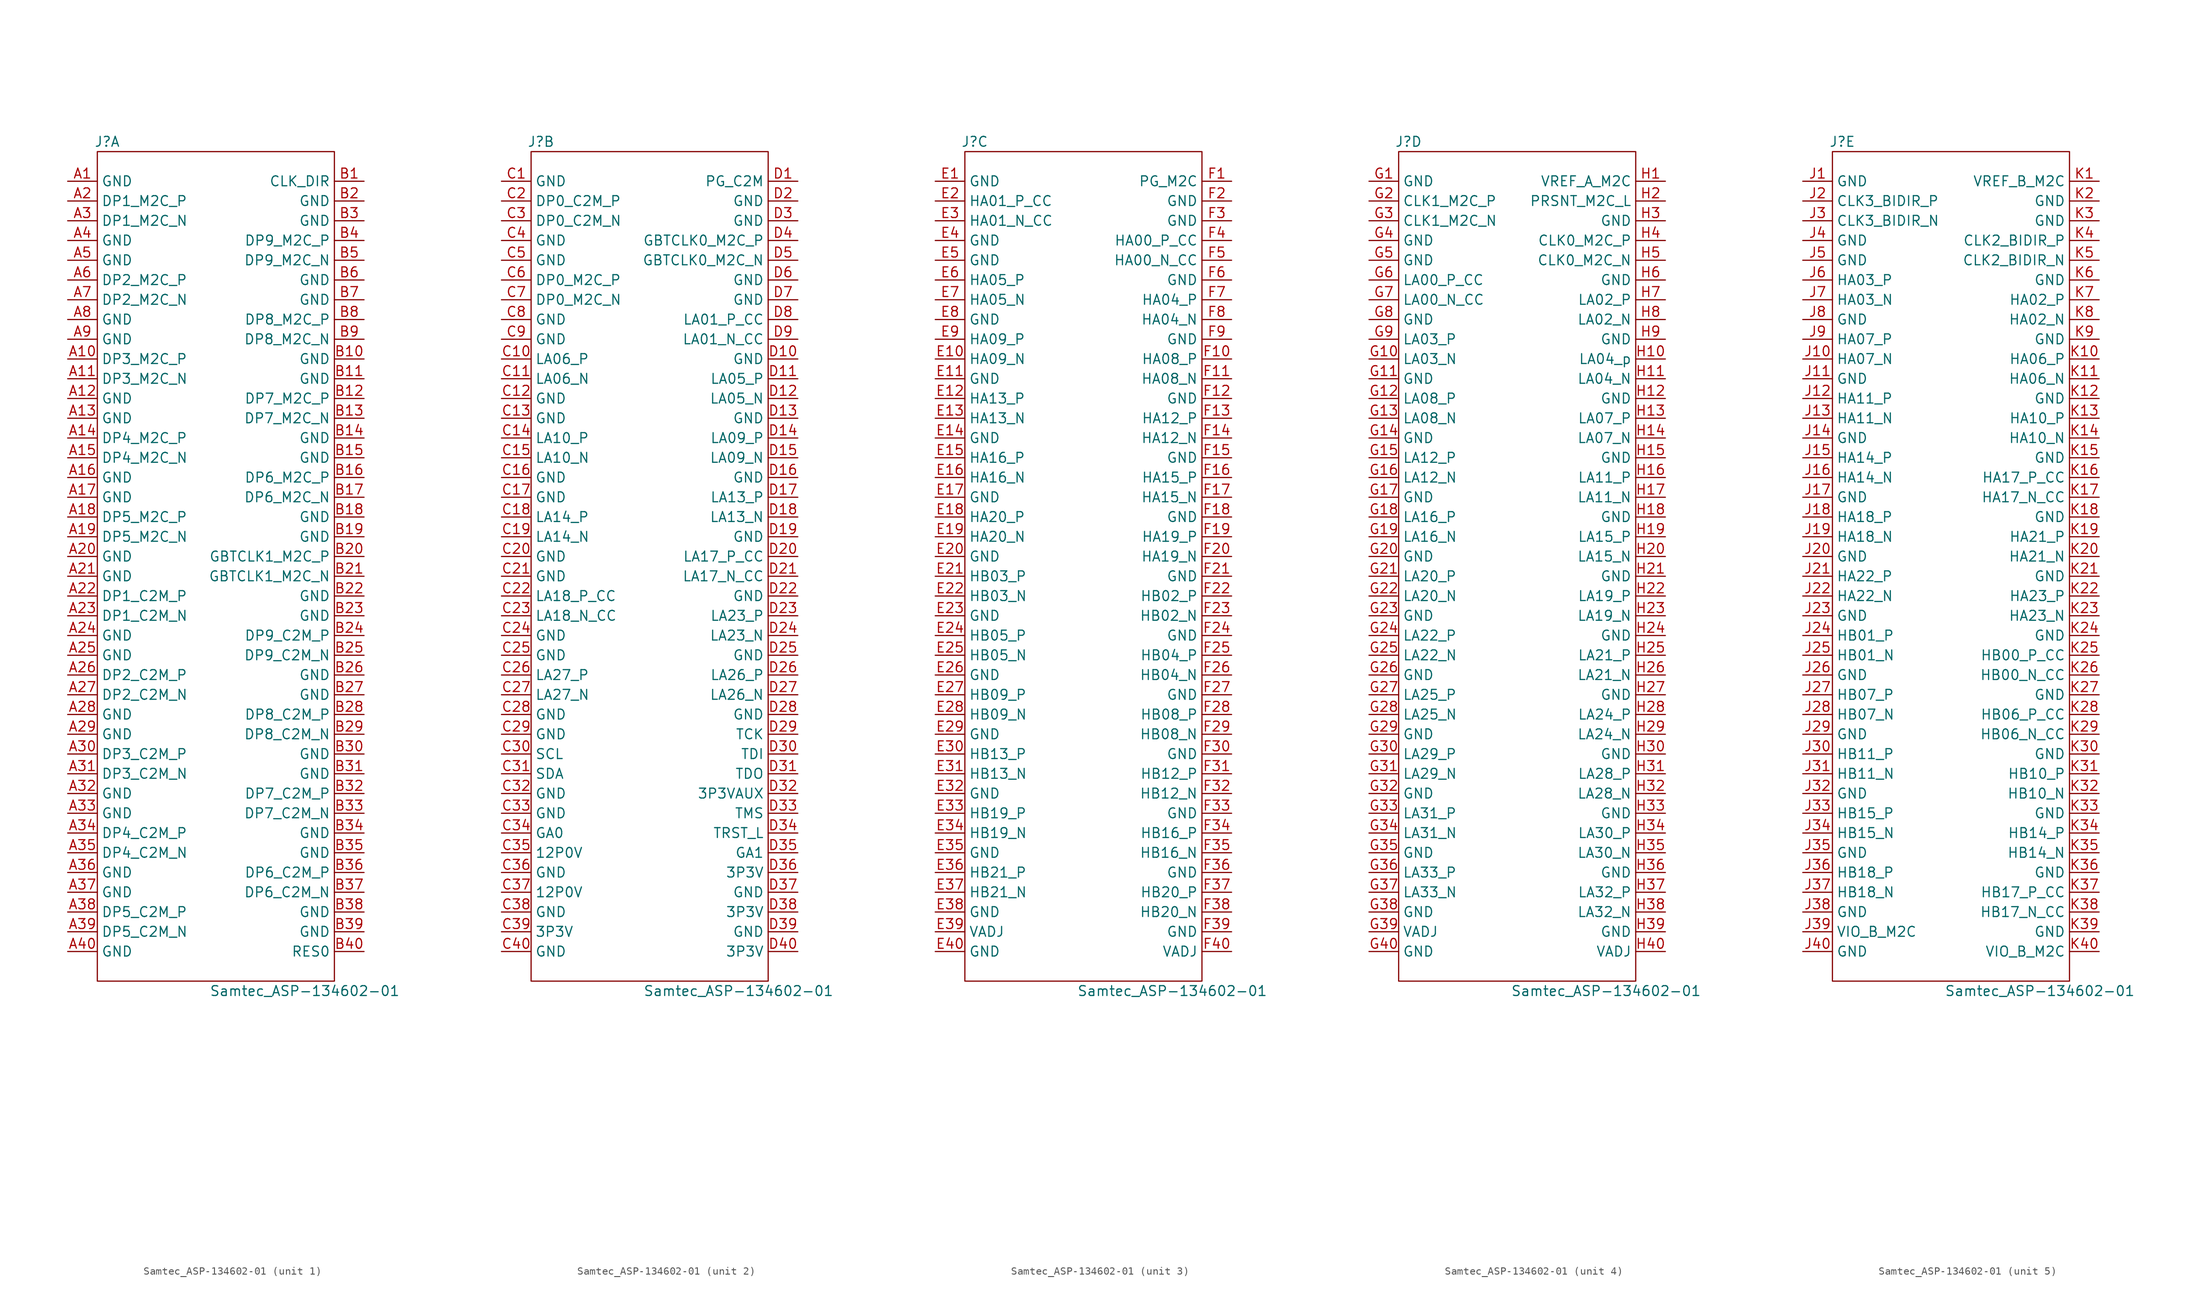
<source format=kicad_sym>
(kicad_symbol_lib
  (version 20211014)
  (generator kicad_symbol_editor)
  (symbol "Samtec_ASP-134602-01"
    (property "Reference" "J"
      (at -13.97 54.61 0)
      (effects (font (size 1.27 1.27))))
    (property "Value" "Samtec_ASP-134602-01"
      (at 11.43 -54.61 0)
      (effects (font (size 1.27 1.27))))
    (property "Footprint" ""
      (at 0 -76.2 0)
      (effects (font (size 1.27 1.27))))
    (property "ki_locked" ""
      (at 0 0 0)
      (effects (font (size 1.27 1.27))))
    (symbol "Samtec_ASP-134602-01_0_1"
      (rectangle (start -15.24 53.34) (end 15.24 -53.34) (stroke (width 0) (type default) (color 0 0 0 0)) (fill (type none))))
    (symbol "Samtec_ASP-134602-01_1_1"
      (pin passive line (at -19.05 49.53 0) (length 3.81) (name "GND" (effects (font (size 1.27 1.27)))) (number "A1" (effects (font (size 1.27 1.27)))))
      (pin passive line (at -19.05 26.67 0) (length 3.81) (name "DP3_M2C_P" (effects (font (size 1.27 1.27)))) (number "A10" (effects (font (size 1.27 1.27)))))
      (pin passive line (at -19.05 24.13 0) (length 3.81) (name "DP3_M2C_N" (effects (font (size 1.27 1.27)))) (number "A11" (effects (font (size 1.27 1.27)))))
      (pin passive line (at -19.05 21.59 0) (length 3.81) (name "GND" (effects (font (size 1.27 1.27)))) (number "A12" (effects (font (size 1.27 1.27)))))
      (pin passive line (at -19.05 19.05 0) (length 3.81) (name "GND" (effects (font (size 1.27 1.27)))) (number "A13" (effects (font (size 1.27 1.27)))))
      (pin passive line (at -19.05 16.51 0) (length 3.81) (name "DP4_M2C_P" (effects (font (size 1.27 1.27)))) (number "A14" (effects (font (size 1.27 1.27)))))
      (pin passive line (at -19.05 13.97 0) (length 3.81) (name "DP4_M2C_N" (effects (font (size 1.27 1.27)))) (number "A15" (effects (font (size 1.27 1.27)))))
      (pin passive line (at -19.05 11.43 0) (length 3.81) (name "GND" (effects (font (size 1.27 1.27)))) (number "A16" (effects (font (size 1.27 1.27)))))
      (pin passive line (at -19.05 8.89 0) (length 3.81) (name "GND" (effects (font (size 1.27 1.27)))) (number "A17" (effects (font (size 1.27 1.27)))))
      (pin passive line (at -19.05 6.35 0) (length 3.81) (name "DP5_M2C_P" (effects (font (size 1.27 1.27)))) (number "A18" (effects (font (size 1.27 1.27)))))
      (pin passive line (at -19.05 3.81 0) (length 3.81) (name "DP5_M2C_N" (effects (font (size 1.27 1.27)))) (number "A19" (effects (font (size 1.27 1.27)))))
      (pin passive line (at -19.05 46.99 0) (length 3.81) (name "DP1_M2C_P" (effects (font (size 1.27 1.27)))) (number "A2" (effects (font (size 1.27 1.27)))))
      (pin passive line (at -19.05 1.27 0) (length 3.81) (name "GND" (effects (font (size 1.27 1.27)))) (number "A20" (effects (font (size 1.27 1.27)))))
      (pin passive line (at -19.05 -1.27 0) (length 3.81) (name "GND" (effects (font (size 1.27 1.27)))) (number "A21" (effects (font (size 1.27 1.27)))))
      (pin passive line (at -19.05 -3.81 0) (length 3.81) (name "DP1_C2M_P" (effects (font (size 1.27 1.27)))) (number "A22" (effects (font (size 1.27 1.27)))))
      (pin passive line (at -19.05 -6.35 0) (length 3.81) (name "DP1_C2M_N" (effects (font (size 1.27 1.27)))) (number "A23" (effects (font (size 1.27 1.27)))))
      (pin passive line (at -19.05 -8.89 0) (length 3.81) (name "GND" (effects (font (size 1.27 1.27)))) (number "A24" (effects (font (size 1.27 1.27)))))
      (pin passive line (at -19.05 -11.43 0) (length 3.81) (name "GND" (effects (font (size 1.27 1.27)))) (number "A25" (effects (font (size 1.27 1.27)))))
      (pin passive line (at -19.05 -13.97 0) (length 3.81) (name "DP2_C2M_P" (effects (font (size 1.27 1.27)))) (number "A26" (effects (font (size 1.27 1.27)))))
      (pin passive line (at -19.05 -16.51 0) (length 3.81) (name "DP2_C2M_N" (effects (font (size 1.27 1.27)))) (number "A27" (effects (font (size 1.27 1.27)))))
      (pin passive line (at -19.05 -19.05 0) (length 3.81) (name "GND" (effects (font (size 1.27 1.27)))) (number "A28" (effects (font (size 1.27 1.27)))))
      (pin passive line (at -19.05 -21.59 0) (length 3.81) (name "GND" (effects (font (size 1.27 1.27)))) (number "A29" (effects (font (size 1.27 1.27)))))
      (pin passive line (at -19.05 44.45 0) (length 3.81) (name "DP1_M2C_N" (effects (font (size 1.27 1.27)))) (number "A3" (effects (font (size 1.27 1.27)))))
      (pin passive line (at -19.05 -24.13 0) (length 3.81) (name "DP3_C2M_P" (effects (font (size 1.27 1.27)))) (number "A30" (effects (font (size 1.27 1.27)))))
      (pin passive line (at -19.05 -26.67 0) (length 3.81) (name "DP3_C2M_N" (effects (font (size 1.27 1.27)))) (number "A31" (effects (font (size 1.27 1.27)))))
      (pin passive line (at -19.05 -29.21 0) (length 3.81) (name "GND" (effects (font (size 1.27 1.27)))) (number "A32" (effects (font (size 1.27 1.27)))))
      (pin passive line (at -19.05 -31.75 0) (length 3.81) (name "GND" (effects (font (size 1.27 1.27)))) (number "A33" (effects (font (size 1.27 1.27)))))
      (pin passive line (at -19.05 -34.29 0) (length 3.81) (name "DP4_C2M_P" (effects (font (size 1.27 1.27)))) (number "A34" (effects (font (size 1.27 1.27)))))
      (pin passive line (at -19.05 -36.83 0) (length 3.81) (name "DP4_C2M_N" (effects (font (size 1.27 1.27)))) (number "A35" (effects (font (size 1.27 1.27)))))
      (pin passive line (at -19.05 -39.37 0) (length 3.81) (name "GND" (effects (font (size 1.27 1.27)))) (number "A36" (effects (font (size 1.27 1.27)))))
      (pin passive line (at -19.05 -41.91 0) (length 3.81) (name "GND" (effects (font (size 1.27 1.27)))) (number "A37" (effects (font (size 1.27 1.27)))))
      (pin passive line (at -19.05 -44.45 0) (length 3.81) (name "DP5_C2M_P" (effects (font (size 1.27 1.27)))) (number "A38" (effects (font (size 1.27 1.27)))))
      (pin passive line (at -19.05 -46.99 0) (length 3.81) (name "DP5_C2M_N" (effects (font (size 1.27 1.27)))) (number "A39" (effects (font (size 1.27 1.27)))))
      (pin passive line (at -19.05 41.91 0) (length 3.81) (name "GND" (effects (font (size 1.27 1.27)))) (number "A4" (effects (font (size 1.27 1.27)))))
      (pin passive line (at -19.05 -49.53 0) (length 3.81) (name "GND" (effects (font (size 1.27 1.27)))) (number "A40" (effects (font (size 1.27 1.27)))))
      (pin passive line (at -19.05 39.37 0) (length 3.81) (name "GND" (effects (font (size 1.27 1.27)))) (number "A5" (effects (font (size 1.27 1.27)))))
      (pin passive line (at -19.05 36.83 0) (length 3.81) (name "DP2_M2C_P" (effects (font (size 1.27 1.27)))) (number "A6" (effects (font (size 1.27 1.27)))))
      (pin passive line (at -19.05 34.29 0) (length 3.81) (name "DP2_M2C_N" (effects (font (size 1.27 1.27)))) (number "A7" (effects (font (size 1.27 1.27)))))
      (pin passive line (at -19.05 31.75 0) (length 3.81) (name "GND" (effects (font (size 1.27 1.27)))) (number "A8" (effects (font (size 1.27 1.27)))))
      (pin passive line (at -19.05 29.21 0) (length 3.81) (name "GND" (effects (font (size 1.27 1.27)))) (number "A9" (effects (font (size 1.27 1.27)))))
      (pin passive line (at 19.05 49.53 180) (length 3.81) (name "CLK_DIR" (effects (font (size 1.27 1.27)))) (number "B1" (effects (font (size 1.27 1.27)))))
      (pin passive line (at 19.05 26.67 180) (length 3.81) (name "GND" (effects (font (size 1.27 1.27)))) (number "B10" (effects (font (size 1.27 1.27)))))
      (pin passive line (at 19.05 24.13 180) (length 3.81) (name "GND" (effects (font (size 1.27 1.27)))) (number "B11" (effects (font (size 1.27 1.27)))))
      (pin passive line (at 19.05 21.59 180) (length 3.81) (name "DP7_M2C_P" (effects (font (size 1.27 1.27)))) (number "B12" (effects (font (size 1.27 1.27)))))
      (pin passive line (at 19.05 19.05 180) (length 3.81) (name "DP7_M2C_N" (effects (font (size 1.27 1.27)))) (number "B13" (effects (font (size 1.27 1.27)))))
      (pin passive line (at 19.05 16.51 180) (length 3.81) (name "GND" (effects (font (size 1.27 1.27)))) (number "B14" (effects (font (size 1.27 1.27)))))
      (pin passive line (at 19.05 13.97 180) (length 3.81) (name "GND" (effects (font (size 1.27 1.27)))) (number "B15" (effects (font (size 1.27 1.27)))))
      (pin passive line (at 19.05 11.43 180) (length 3.81) (name "DP6_M2C_P" (effects (font (size 1.27 1.27)))) (number "B16" (effects (font (size 1.27 1.27)))))
      (pin passive line (at 19.05 8.89 180) (length 3.81) (name "DP6_M2C_N" (effects (font (size 1.27 1.27)))) (number "B17" (effects (font (size 1.27 1.27)))))
      (pin passive line (at 19.05 6.35 180) (length 3.81) (name "GND" (effects (font (size 1.27 1.27)))) (number "B18" (effects (font (size 1.27 1.27)))))
      (pin passive line (at 19.05 3.81 180) (length 3.81) (name "GND" (effects (font (size 1.27 1.27)))) (number "B19" (effects (font (size 1.27 1.27)))))
      (pin passive line (at 19.05 46.99 180) (length 3.81) (name "GND" (effects (font (size 1.27 1.27)))) (number "B2" (effects (font (size 1.27 1.27)))))
      (pin passive line (at 19.05 1.27 180) (length 3.81) (name "GBTCLK1_M2C_P" (effects (font (size 1.27 1.27)))) (number "B20" (effects (font (size 1.27 1.27)))))
      (pin passive line (at 19.05 -1.27 180) (length 3.81) (name "GBTCLK1_M2C_N" (effects (font (size 1.27 1.27)))) (number "B21" (effects (font (size 1.27 1.27)))))
      (pin passive line (at 19.05 -3.81 180) (length 3.81) (name "GND" (effects (font (size 1.27 1.27)))) (number "B22" (effects (font (size 1.27 1.27)))))
      (pin passive line (at 19.05 -6.35 180) (length 3.81) (name "GND" (effects (font (size 1.27 1.27)))) (number "B23" (effects (font (size 1.27 1.27)))))
      (pin passive line (at 19.05 -8.89 180) (length 3.81) (name "DP9_C2M_P" (effects (font (size 1.27 1.27)))) (number "B24" (effects (font (size 1.27 1.27)))))
      (pin passive line (at 19.05 -11.43 180) (length 3.81) (name "DP9_C2M_N" (effects (font (size 1.27 1.27)))) (number "B25" (effects (font (size 1.27 1.27)))))
      (pin passive line (at 19.05 -13.97 180) (length 3.81) (name "GND" (effects (font (size 1.27 1.27)))) (number "B26" (effects (font (size 1.27 1.27)))))
      (pin passive line (at 19.05 -16.51 180) (length 3.81) (name "GND" (effects (font (size 1.27 1.27)))) (number "B27" (effects (font (size 1.27 1.27)))))
      (pin passive line (at 19.05 -19.05 180) (length 3.81) (name "DP8_C2M_P" (effects (font (size 1.27 1.27)))) (number "B28" (effects (font (size 1.27 1.27)))))
      (pin passive line (at 19.05 -21.59 180) (length 3.81) (name "DP8_C2M_N" (effects (font (size 1.27 1.27)))) (number "B29" (effects (font (size 1.27 1.27)))))
      (pin passive line (at 19.05 44.45 180) (length 3.81) (name "GND" (effects (font (size 1.27 1.27)))) (number "B3" (effects (font (size 1.27 1.27)))))
      (pin passive line (at 19.05 -24.13 180) (length 3.81) (name "GND" (effects (font (size 1.27 1.27)))) (number "B30" (effects (font (size 1.27 1.27)))))
      (pin passive line (at 19.05 -26.67 180) (length 3.81) (name "GND" (effects (font (size 1.27 1.27)))) (number "B31" (effects (font (size 1.27 1.27)))))
      (pin passive line (at 19.05 -29.21 180) (length 3.81) (name "DP7_C2M_P" (effects (font (size 1.27 1.27)))) (number "B32" (effects (font (size 1.27 1.27)))))
      (pin passive line (at 19.05 -31.75 180) (length 3.81) (name "DP7_C2M_N" (effects (font (size 1.27 1.27)))) (number "B33" (effects (font (size 1.27 1.27)))))
      (pin passive line (at 19.05 -34.29 180) (length 3.81) (name "GND" (effects (font (size 1.27 1.27)))) (number "B34" (effects (font (size 1.27 1.27)))))
      (pin passive line (at 19.05 -36.83 180) (length 3.81) (name "GND" (effects (font (size 1.27 1.27)))) (number "B35" (effects (font (size 1.27 1.27)))))
      (pin passive line (at 19.05 -39.37 180) (length 3.81) (name "DP6_C2M_P" (effects (font (size 1.27 1.27)))) (number "B36" (effects (font (size 1.27 1.27)))))
      (pin passive line (at 19.05 -41.91 180) (length 3.81) (name "DP6_C2M_N" (effects (font (size 1.27 1.27)))) (number "B37" (effects (font (size 1.27 1.27)))))
      (pin passive line (at 19.05 -44.45 180) (length 3.81) (name "GND" (effects (font (size 1.27 1.27)))) (number "B38" (effects (font (size 1.27 1.27)))))
      (pin passive line (at 19.05 -46.99 180) (length 3.81) (name "GND" (effects (font (size 1.27 1.27)))) (number "B39" (effects (font (size 1.27 1.27)))))
      (pin passive line (at 19.05 41.91 180) (length 3.81) (name "DP9_M2C_P" (effects (font (size 1.27 1.27)))) (number "B4" (effects (font (size 1.27 1.27)))))
      (pin passive line (at 19.05 -49.53 180) (length 3.81) (name "RES0" (effects (font (size 1.27 1.27)))) (number "B40" (effects (font (size 1.27 1.27)))))
      (pin passive line (at 19.05 39.37 180) (length 3.81) (name "DP9_M2C_N" (effects (font (size 1.27 1.27)))) (number "B5" (effects (font (size 1.27 1.27)))))
      (pin passive line (at 19.05 36.83 180) (length 3.81) (name "GND" (effects (font (size 1.27 1.27)))) (number "B6" (effects (font (size 1.27 1.27)))))
      (pin passive line (at 19.05 34.29 180) (length 3.81) (name "GND" (effects (font (size 1.27 1.27)))) (number "B7" (effects (font (size 1.27 1.27)))))
      (pin passive line (at 19.05 31.75 180) (length 3.81) (name "DP8_M2C_P" (effects (font (size 1.27 1.27)))) (number "B8" (effects (font (size 1.27 1.27)))))
      (pin passive line (at 19.05 29.21 180) (length 3.81) (name "DP8_M2C_N" (effects (font (size 1.27 1.27)))) (number "B9" (effects (font (size 1.27 1.27))))))
    (symbol "Samtec_ASP-134602-01_2_1"
      (pin passive line (at -19.05 49.53 0) (length 3.81) (name "GND" (effects (font (size 1.27 1.27)))) (number "C1" (effects (font (size 1.27 1.27)))))
      (pin passive line (at -19.05 26.67 0) (length 3.81) (name "LA06_P" (effects (font (size 1.27 1.27)))) (number "C10" (effects (font (size 1.27 1.27)))))
      (pin passive line (at -19.05 24.13 0) (length 3.81) (name "LA06_N" (effects (font (size 1.27 1.27)))) (number "C11" (effects (font (size 1.27 1.27)))))
      (pin passive line (at -19.05 21.59 0) (length 3.81) (name "GND" (effects (font (size 1.27 1.27)))) (number "C12" (effects (font (size 1.27 1.27)))))
      (pin passive line (at -19.05 19.05 0) (length 3.81) (name "GND" (effects (font (size 1.27 1.27)))) (number "C13" (effects (font (size 1.27 1.27)))))
      (pin passive line (at -19.05 16.51 0) (length 3.81) (name "LA10_P" (effects (font (size 1.27 1.27)))) (number "C14" (effects (font (size 1.27 1.27)))))
      (pin passive line (at -19.05 13.97 0) (length 3.81) (name "LA10_N" (effects (font (size 1.27 1.27)))) (number "C15" (effects (font (size 1.27 1.27)))))
      (pin passive line (at -19.05 11.43 0) (length 3.81) (name "GND" (effects (font (size 1.27 1.27)))) (number "C16" (effects (font (size 1.27 1.27)))))
      (pin passive line (at -19.05 8.89 0) (length 3.81) (name "GND" (effects (font (size 1.27 1.27)))) (number "C17" (effects (font (size 1.27 1.27)))))
      (pin passive line (at -19.05 6.35 0) (length 3.81) (name "LA14_P" (effects (font (size 1.27 1.27)))) (number "C18" (effects (font (size 1.27 1.27)))))
      (pin passive line (at -19.05 3.81 0) (length 3.81) (name "LA14_N" (effects (font (size 1.27 1.27)))) (number "C19" (effects (font (size 1.27 1.27)))))
      (pin passive line (at -19.05 46.99 0) (length 3.81) (name "DP0_C2M_P" (effects (font (size 1.27 1.27)))) (number "C2" (effects (font (size 1.27 1.27)))))
      (pin passive line (at -19.05 1.27 0) (length 3.81) (name "GND" (effects (font (size 1.27 1.27)))) (number "C20" (effects (font (size 1.27 1.27)))))
      (pin passive line (at -19.05 -1.27 0) (length 3.81) (name "GND" (effects (font (size 1.27 1.27)))) (number "C21" (effects (font (size 1.27 1.27)))))
      (pin passive line (at -19.05 -3.81 0) (length 3.81) (name "LA18_P_CC" (effects (font (size 1.27 1.27)))) (number "C22" (effects (font (size 1.27 1.27)))))
      (pin passive line (at -19.05 -6.35 0) (length 3.81) (name "LA18_N_CC" (effects (font (size 1.27 1.27)))) (number "C23" (effects (font (size 1.27 1.27)))))
      (pin passive line (at -19.05 -8.89 0) (length 3.81) (name "GND" (effects (font (size 1.27 1.27)))) (number "C24" (effects (font (size 1.27 1.27)))))
      (pin passive line (at -19.05 -11.43 0) (length 3.81) (name "GND" (effects (font (size 1.27 1.27)))) (number "C25" (effects (font (size 1.27 1.27)))))
      (pin passive line (at -19.05 -13.97 0) (length 3.81) (name "LA27_P" (effects (font (size 1.27 1.27)))) (number "C26" (effects (font (size 1.27 1.27)))))
      (pin passive line (at -19.05 -16.51 0) (length 3.81) (name "LA27_N" (effects (font (size 1.27 1.27)))) (number "C27" (effects (font (size 1.27 1.27)))))
      (pin passive line (at -19.05 -19.05 0) (length 3.81) (name "GND" (effects (font (size 1.27 1.27)))) (number "C28" (effects (font (size 1.27 1.27)))))
      (pin passive line (at -19.05 -21.59 0) (length 3.81) (name "GND" (effects (font (size 1.27 1.27)))) (number "C29" (effects (font (size 1.27 1.27)))))
      (pin passive line (at -19.05 44.45 0) (length 3.81) (name "DP0_C2M_N" (effects (font (size 1.27 1.27)))) (number "C3" (effects (font (size 1.27 1.27)))))
      (pin passive line (at -19.05 -24.13 0) (length 3.81) (name "SCL" (effects (font (size 1.27 1.27)))) (number "C30" (effects (font (size 1.27 1.27)))))
      (pin passive line (at -19.05 -26.67 0) (length 3.81) (name "SDA" (effects (font (size 1.27 1.27)))) (number "C31" (effects (font (size 1.27 1.27)))))
      (pin passive line (at -19.05 -29.21 0) (length 3.81) (name "GND" (effects (font (size 1.27 1.27)))) (number "C32" (effects (font (size 1.27 1.27)))))
      (pin passive line (at -19.05 -31.75 0) (length 3.81) (name "GND" (effects (font (size 1.27 1.27)))) (number "C33" (effects (font (size 1.27 1.27)))))
      (pin passive line (at -19.05 -34.29 0) (length 3.81) (name "GA0" (effects (font (size 1.27 1.27)))) (number "C34" (effects (font (size 1.27 1.27)))))
      (pin passive line (at -19.05 -36.83 0) (length 3.81) (name "12P0V" (effects (font (size 1.27 1.27)))) (number "C35" (effects (font (size 1.27 1.27)))))
      (pin passive line (at -19.05 -39.37 0) (length 3.81) (name "GND" (effects (font (size 1.27 1.27)))) (number "C36" (effects (font (size 1.27 1.27)))))
      (pin passive line (at -19.05 -41.91 0) (length 3.81) (name "12P0V" (effects (font (size 1.27 1.27)))) (number "C37" (effects (font (size 1.27 1.27)))))
      (pin passive line (at -19.05 -44.45 0) (length 3.81) (name "GND" (effects (font (size 1.27 1.27)))) (number "C38" (effects (font (size 1.27 1.27)))))
      (pin passive line (at -19.05 -46.99 0) (length 3.81) (name "3P3V" (effects (font (size 1.27 1.27)))) (number "C39" (effects (font (size 1.27 1.27)))))
      (pin passive line (at -19.05 41.91 0) (length 3.81) (name "GND" (effects (font (size 1.27 1.27)))) (number "C4" (effects (font (size 1.27 1.27)))))
      (pin passive line (at -19.05 -49.53 0) (length 3.81) (name "GND" (effects (font (size 1.27 1.27)))) (number "C40" (effects (font (size 1.27 1.27)))))
      (pin passive line (at -19.05 39.37 0) (length 3.81) (name "GND" (effects (font (size 1.27 1.27)))) (number "C5" (effects (font (size 1.27 1.27)))))
      (pin passive line (at -19.05 36.83 0) (length 3.81) (name "DP0_M2C_P" (effects (font (size 1.27 1.27)))) (number "C6" (effects (font (size 1.27 1.27)))))
      (pin passive line (at -19.05 34.29 0) (length 3.81) (name "DP0_M2C_N" (effects (font (size 1.27 1.27)))) (number "C7" (effects (font (size 1.27 1.27)))))
      (pin passive line (at -19.05 31.75 0) (length 3.81) (name "GND" (effects (font (size 1.27 1.27)))) (number "C8" (effects (font (size 1.27 1.27)))))
      (pin passive line (at -19.05 29.21 0) (length 3.81) (name "GND" (effects (font (size 1.27 1.27)))) (number "C9" (effects (font (size 1.27 1.27)))))
      (pin passive line (at 19.05 49.53 180) (length 3.81) (name "PG_C2M" (effects (font (size 1.27 1.27)))) (number "D1" (effects (font (size 1.27 1.27)))))
      (pin passive line (at 19.05 26.67 180) (length 3.81) (name "GND" (effects (font (size 1.27 1.27)))) (number "D10" (effects (font (size 1.27 1.27)))))
      (pin passive line (at 19.05 24.13 180) (length 3.81) (name "LA05_P" (effects (font (size 1.27 1.27)))) (number "D11" (effects (font (size 1.27 1.27)))))
      (pin passive line (at 19.05 21.59 180) (length 3.81) (name "LA05_N" (effects (font (size 1.27 1.27)))) (number "D12" (effects (font (size 1.27 1.27)))))
      (pin passive line (at 19.05 19.05 180) (length 3.81) (name "GND" (effects (font (size 1.27 1.27)))) (number "D13" (effects (font (size 1.27 1.27)))))
      (pin passive line (at 19.05 16.51 180) (length 3.81) (name "LA09_P" (effects (font (size 1.27 1.27)))) (number "D14" (effects (font (size 1.27 1.27)))))
      (pin passive line (at 19.05 13.97 180) (length 3.81) (name "LA09_N" (effects (font (size 1.27 1.27)))) (number "D15" (effects (font (size 1.27 1.27)))))
      (pin passive line (at 19.05 11.43 180) (length 3.81) (name "GND" (effects (font (size 1.27 1.27)))) (number "D16" (effects (font (size 1.27 1.27)))))
      (pin passive line (at 19.05 8.89 180) (length 3.81) (name "LA13_P" (effects (font (size 1.27 1.27)))) (number "D17" (effects (font (size 1.27 1.27)))))
      (pin passive line (at 19.05 6.35 180) (length 3.81) (name "LA13_N" (effects (font (size 1.27 1.27)))) (number "D18" (effects (font (size 1.27 1.27)))))
      (pin passive line (at 19.05 3.81 180) (length 3.81) (name "GND" (effects (font (size 1.27 1.27)))) (number "D19" (effects (font (size 1.27 1.27)))))
      (pin passive line (at 19.05 46.99 180) (length 3.81) (name "GND" (effects (font (size 1.27 1.27)))) (number "D2" (effects (font (size 1.27 1.27)))))
      (pin passive line (at 19.05 1.27 180) (length 3.81) (name "LA17_P_CC" (effects (font (size 1.27 1.27)))) (number "D20" (effects (font (size 1.27 1.27)))))
      (pin passive line (at 19.05 -1.27 180) (length 3.81) (name "LA17_N_CC" (effects (font (size 1.27 1.27)))) (number "D21" (effects (font (size 1.27 1.27)))))
      (pin passive line (at 19.05 -3.81 180) (length 3.81) (name "GND" (effects (font (size 1.27 1.27)))) (number "D22" (effects (font (size 1.27 1.27)))))
      (pin passive line (at 19.05 -6.35 180) (length 3.81) (name "LA23_P" (effects (font (size 1.27 1.27)))) (number "D23" (effects (font (size 1.27 1.27)))))
      (pin passive line (at 19.05 -8.89 180) (length 3.81) (name "LA23_N" (effects (font (size 1.27 1.27)))) (number "D24" (effects (font (size 1.27 1.27)))))
      (pin passive line (at 19.05 -11.43 180) (length 3.81) (name "GND" (effects (font (size 1.27 1.27)))) (number "D25" (effects (font (size 1.27 1.27)))))
      (pin passive line (at 19.05 -13.97 180) (length 3.81) (name "LA26_P" (effects (font (size 1.27 1.27)))) (number "D26" (effects (font (size 1.27 1.27)))))
      (pin passive line (at 19.05 -16.51 180) (length 3.81) (name "LA26_N" (effects (font (size 1.27 1.27)))) (number "D27" (effects (font (size 1.27 1.27)))))
      (pin passive line (at 19.05 -19.05 180) (length 3.81) (name "GND" (effects (font (size 1.27 1.27)))) (number "D28" (effects (font (size 1.27 1.27)))))
      (pin passive line (at 19.05 -21.59 180) (length 3.81) (name "TCK" (effects (font (size 1.27 1.27)))) (number "D29" (effects (font (size 1.27 1.27)))))
      (pin passive line (at 19.05 44.45 180) (length 3.81) (name "GND" (effects (font (size 1.27 1.27)))) (number "D3" (effects (font (size 1.27 1.27)))))
      (pin passive line (at 19.05 -24.13 180) (length 3.81) (name "TDI" (effects (font (size 1.27 1.27)))) (number "D30" (effects (font (size 1.27 1.27)))))
      (pin passive line (at 19.05 -26.67 180) (length 3.81) (name "TDO" (effects (font (size 1.27 1.27)))) (number "D31" (effects (font (size 1.27 1.27)))))
      (pin passive line (at 19.05 -29.21 180) (length 3.81) (name "3P3VAUX" (effects (font (size 1.27 1.27)))) (number "D32" (effects (font (size 1.27 1.27)))))
      (pin passive line (at 19.05 -31.75 180) (length 3.81) (name "TMS" (effects (font (size 1.27 1.27)))) (number "D33" (effects (font (size 1.27 1.27)))))
      (pin passive line (at 19.05 -34.29 180) (length 3.81) (name "TRST_L" (effects (font (size 1.27 1.27)))) (number "D34" (effects (font (size 1.27 1.27)))))
      (pin passive line (at 19.05 -36.83 180) (length 3.81) (name "GA1" (effects (font (size 1.27 1.27)))) (number "D35" (effects (font (size 1.27 1.27)))))
      (pin passive line (at 19.05 -39.37 180) (length 3.81) (name "3P3V" (effects (font (size 1.27 1.27)))) (number "D36" (effects (font (size 1.27 1.27)))))
      (pin passive line (at 19.05 -41.91 180) (length 3.81) (name "GND" (effects (font (size 1.27 1.27)))) (number "D37" (effects (font (size 1.27 1.27)))))
      (pin passive line (at 19.05 -44.45 180) (length 3.81) (name "3P3V" (effects (font (size 1.27 1.27)))) (number "D38" (effects (font (size 1.27 1.27)))))
      (pin passive line (at 19.05 -46.99 180) (length 3.81) (name "GND" (effects (font (size 1.27 1.27)))) (number "D39" (effects (font (size 1.27 1.27)))))
      (pin passive line (at 19.05 41.91 180) (length 3.81) (name "GBTCLK0_M2C_P" (effects (font (size 1.27 1.27)))) (number "D4" (effects (font (size 1.27 1.27)))))
      (pin passive line (at 19.05 -49.53 180) (length 3.81) (name "3P3V" (effects (font (size 1.27 1.27)))) (number "D40" (effects (font (size 1.27 1.27)))))
      (pin passive line (at 19.05 39.37 180) (length 3.81) (name "GBTCLK0_M2C_N" (effects (font (size 1.27 1.27)))) (number "D5" (effects (font (size 1.27 1.27)))))
      (pin passive line (at 19.05 36.83 180) (length 3.81) (name "GND" (effects (font (size 1.27 1.27)))) (number "D6" (effects (font (size 1.27 1.27)))))
      (pin passive line (at 19.05 34.29 180) (length 3.81) (name "GND" (effects (font (size 1.27 1.27)))) (number "D7" (effects (font (size 1.27 1.27)))))
      (pin passive line (at 19.05 31.75 180) (length 3.81) (name "LA01_P_CC" (effects (font (size 1.27 1.27)))) (number "D8" (effects (font (size 1.27 1.27)))))
      (pin passive line (at 19.05 29.21 180) (length 3.81) (name "LA01_N_CC" (effects (font (size 1.27 1.27)))) (number "D9" (effects (font (size 1.27 1.27))))))
    (symbol "Samtec_ASP-134602-01_3_1"
      (pin passive line (at -19.05 49.53 0) (length 3.81) (name "GND" (effects (font (size 1.27 1.27)))) (number "E1" (effects (font (size 1.27 1.27)))))
      (pin passive line (at -19.05 26.67 0) (length 3.81) (name "HA09_N" (effects (font (size 1.27 1.27)))) (number "E10" (effects (font (size 1.27 1.27)))))
      (pin passive line (at -19.05 24.13 0) (length 3.81) (name "GND" (effects (font (size 1.27 1.27)))) (number "E11" (effects (font (size 1.27 1.27)))))
      (pin passive line (at -19.05 21.59 0) (length 3.81) (name "HA13_P" (effects (font (size 1.27 1.27)))) (number "E12" (effects (font (size 1.27 1.27)))))
      (pin passive line (at -19.05 19.05 0) (length 3.81) (name "HA13_N" (effects (font (size 1.27 1.27)))) (number "E13" (effects (font (size 1.27 1.27)))))
      (pin passive line (at -19.05 16.51 0) (length 3.81) (name "GND" (effects (font (size 1.27 1.27)))) (number "E14" (effects (font (size 1.27 1.27)))))
      (pin passive line (at -19.05 13.97 0) (length 3.81) (name "HA16_P" (effects (font (size 1.27 1.27)))) (number "E15" (effects (font (size 1.27 1.27)))))
      (pin passive line (at -19.05 11.43 0) (length 3.81) (name "HA16_N" (effects (font (size 1.27 1.27)))) (number "E16" (effects (font (size 1.27 1.27)))))
      (pin passive line (at -19.05 8.89 0) (length 3.81) (name "GND" (effects (font (size 1.27 1.27)))) (number "E17" (effects (font (size 1.27 1.27)))))
      (pin passive line (at -19.05 6.35 0) (length 3.81) (name "HA20_P" (effects (font (size 1.27 1.27)))) (number "E18" (effects (font (size 1.27 1.27)))))
      (pin passive line (at -19.05 3.81 0) (length 3.81) (name "HA20_N" (effects (font (size 1.27 1.27)))) (number "E19" (effects (font (size 1.27 1.27)))))
      (pin passive line (at -19.05 46.99 0) (length 3.81) (name "HA01_P_CC" (effects (font (size 1.27 1.27)))) (number "E2" (effects (font (size 1.27 1.27)))))
      (pin passive line (at -19.05 1.27 0) (length 3.81) (name "GND" (effects (font (size 1.27 1.27)))) (number "E20" (effects (font (size 1.27 1.27)))))
      (pin passive line (at -19.05 -1.27 0) (length 3.81) (name "HB03_P" (effects (font (size 1.27 1.27)))) (number "E21" (effects (font (size 1.27 1.27)))))
      (pin passive line (at -19.05 -3.81 0) (length 3.81) (name "HB03_N" (effects (font (size 1.27 1.27)))) (number "E22" (effects (font (size 1.27 1.27)))))
      (pin passive line (at -19.05 -6.35 0) (length 3.81) (name "GND" (effects (font (size 1.27 1.27)))) (number "E23" (effects (font (size 1.27 1.27)))))
      (pin passive line (at -19.05 -8.89 0) (length 3.81) (name "HB05_P" (effects (font (size 1.27 1.27)))) (number "E24" (effects (font (size 1.27 1.27)))))
      (pin passive line (at -19.05 -11.43 0) (length 3.81) (name "HB05_N" (effects (font (size 1.27 1.27)))) (number "E25" (effects (font (size 1.27 1.27)))))
      (pin passive line (at -19.05 -13.97 0) (length 3.81) (name "GND" (effects (font (size 1.27 1.27)))) (number "E26" (effects (font (size 1.27 1.27)))))
      (pin passive line (at -19.05 -16.51 0) (length 3.81) (name "HB09_P" (effects (font (size 1.27 1.27)))) (number "E27" (effects (font (size 1.27 1.27)))))
      (pin passive line (at -19.05 -19.05 0) (length 3.81) (name "HB09_N" (effects (font (size 1.27 1.27)))) (number "E28" (effects (font (size 1.27 1.27)))))
      (pin passive line (at -19.05 -21.59 0) (length 3.81) (name "GND" (effects (font (size 1.27 1.27)))) (number "E29" (effects (font (size 1.27 1.27)))))
      (pin passive line (at -19.05 44.45 0) (length 3.81) (name "HA01_N_CC" (effects (font (size 1.27 1.27)))) (number "E3" (effects (font (size 1.27 1.27)))))
      (pin passive line (at -19.05 -24.13 0) (length 3.81) (name "HB13_P" (effects (font (size 1.27 1.27)))) (number "E30" (effects (font (size 1.27 1.27)))))
      (pin passive line (at -19.05 -26.67 0) (length 3.81) (name "HB13_N" (effects (font (size 1.27 1.27)))) (number "E31" (effects (font (size 1.27 1.27)))))
      (pin passive line (at -19.05 -29.21 0) (length 3.81) (name "GND" (effects (font (size 1.27 1.27)))) (number "E32" (effects (font (size 1.27 1.27)))))
      (pin passive line (at -19.05 -31.75 0) (length 3.81) (name "HB19_P" (effects (font (size 1.27 1.27)))) (number "E33" (effects (font (size 1.27 1.27)))))
      (pin passive line (at -19.05 -34.29 0) (length 3.81) (name "HB19_N" (effects (font (size 1.27 1.27)))) (number "E34" (effects (font (size 1.27 1.27)))))
      (pin passive line (at -19.05 -36.83 0) (length 3.81) (name "GND" (effects (font (size 1.27 1.27)))) (number "E35" (effects (font (size 1.27 1.27)))))
      (pin passive line (at -19.05 -39.37 0) (length 3.81) (name "HB21_P" (effects (font (size 1.27 1.27)))) (number "E36" (effects (font (size 1.27 1.27)))))
      (pin passive line (at -19.05 -41.91 0) (length 3.81) (name "HB21_N" (effects (font (size 1.27 1.27)))) (number "E37" (effects (font (size 1.27 1.27)))))
      (pin passive line (at -19.05 -44.45 0) (length 3.81) (name "GND" (effects (font (size 1.27 1.27)))) (number "E38" (effects (font (size 1.27 1.27)))))
      (pin passive line (at -19.05 -46.99 0) (length 3.81) (name "VADJ" (effects (font (size 1.27 1.27)))) (number "E39" (effects (font (size 1.27 1.27)))))
      (pin passive line (at -19.05 41.91 0) (length 3.81) (name "GND" (effects (font (size 1.27 1.27)))) (number "E4" (effects (font (size 1.27 1.27)))))
      (pin passive line (at -19.05 -49.53 0) (length 3.81) (name "GND" (effects (font (size 1.27 1.27)))) (number "E40" (effects (font (size 1.27 1.27)))))
      (pin passive line (at -19.05 39.37 0) (length 3.81) (name "GND" (effects (font (size 1.27 1.27)))) (number "E5" (effects (font (size 1.27 1.27)))))
      (pin passive line (at -19.05 36.83 0) (length 3.81) (name "HA05_P" (effects (font (size 1.27 1.27)))) (number "E6" (effects (font (size 1.27 1.27)))))
      (pin passive line (at -19.05 34.29 0) (length 3.81) (name "HA05_N" (effects (font (size 1.27 1.27)))) (number "E7" (effects (font (size 1.27 1.27)))))
      (pin passive line (at -19.05 31.75 0) (length 3.81) (name "GND" (effects (font (size 1.27 1.27)))) (number "E8" (effects (font (size 1.27 1.27)))))
      (pin passive line (at -19.05 29.21 0) (length 3.81) (name "HA09_P" (effects (font (size 1.27 1.27)))) (number "E9" (effects (font (size 1.27 1.27)))))
      (pin passive line (at 19.05 49.53 180) (length 3.81) (name "PG_M2C" (effects (font (size 1.27 1.27)))) (number "F1" (effects (font (size 1.27 1.27)))))
      (pin passive line (at 19.05 26.67 180) (length 3.81) (name "HA08_P" (effects (font (size 1.27 1.27)))) (number "F10" (effects (font (size 1.27 1.27)))))
      (pin passive line (at 19.05 24.13 180) (length 3.81) (name "HA08_N" (effects (font (size 1.27 1.27)))) (number "F11" (effects (font (size 1.27 1.27)))))
      (pin passive line (at 19.05 21.59 180) (length 3.81) (name "GND" (effects (font (size 1.27 1.27)))) (number "F12" (effects (font (size 1.27 1.27)))))
      (pin passive line (at 19.05 19.05 180) (length 3.81) (name "HA12_P" (effects (font (size 1.27 1.27)))) (number "F13" (effects (font (size 1.27 1.27)))))
      (pin passive line (at 19.05 16.51 180) (length 3.81) (name "HA12_N" (effects (font (size 1.27 1.27)))) (number "F14" (effects (font (size 1.27 1.27)))))
      (pin passive line (at 19.05 13.97 180) (length 3.81) (name "GND" (effects (font (size 1.27 1.27)))) (number "F15" (effects (font (size 1.27 1.27)))))
      (pin passive line (at 19.05 11.43 180) (length 3.81) (name "HA15_P" (effects (font (size 1.27 1.27)))) (number "F16" (effects (font (size 1.27 1.27)))))
      (pin passive line (at 19.05 8.89 180) (length 3.81) (name "HA15_N" (effects (font (size 1.27 1.27)))) (number "F17" (effects (font (size 1.27 1.27)))))
      (pin passive line (at 19.05 6.35 180) (length 3.81) (name "GND" (effects (font (size 1.27 1.27)))) (number "F18" (effects (font (size 1.27 1.27)))))
      (pin passive line (at 19.05 3.81 180) (length 3.81) (name "HA19_P" (effects (font (size 1.27 1.27)))) (number "F19" (effects (font (size 1.27 1.27)))))
      (pin passive line (at 19.05 46.99 180) (length 3.81) (name "GND" (effects (font (size 1.27 1.27)))) (number "F2" (effects (font (size 1.27 1.27)))))
      (pin passive line (at 19.05 1.27 180) (length 3.81) (name "HA19_N" (effects (font (size 1.27 1.27)))) (number "F20" (effects (font (size 1.27 1.27)))))
      (pin passive line (at 19.05 -1.27 180) (length 3.81) (name "GND" (effects (font (size 1.27 1.27)))) (number "F21" (effects (font (size 1.27 1.27)))))
      (pin passive line (at 19.05 -3.81 180) (length 3.81) (name "HB02_P" (effects (font (size 1.27 1.27)))) (number "F22" (effects (font (size 1.27 1.27)))))
      (pin passive line (at 19.05 -6.35 180) (length 3.81) (name "HB02_N" (effects (font (size 1.27 1.27)))) (number "F23" (effects (font (size 1.27 1.27)))))
      (pin passive line (at 19.05 -8.89 180) (length 3.81) (name "GND" (effects (font (size 1.27 1.27)))) (number "F24" (effects (font (size 1.27 1.27)))))
      (pin passive line (at 19.05 -11.43 180) (length 3.81) (name "HB04_P" (effects (font (size 1.27 1.27)))) (number "F25" (effects (font (size 1.27 1.27)))))
      (pin passive line (at 19.05 -13.97 180) (length 3.81) (name "HB04_N" (effects (font (size 1.27 1.27)))) (number "F26" (effects (font (size 1.27 1.27)))))
      (pin passive line (at 19.05 -16.51 180) (length 3.81) (name "GND" (effects (font (size 1.27 1.27)))) (number "F27" (effects (font (size 1.27 1.27)))))
      (pin passive line (at 19.05 -19.05 180) (length 3.81) (name "HB08_P" (effects (font (size 1.27 1.27)))) (number "F28" (effects (font (size 1.27 1.27)))))
      (pin passive line (at 19.05 -21.59 180) (length 3.81) (name "HB08_N" (effects (font (size 1.27 1.27)))) (number "F29" (effects (font (size 1.27 1.27)))))
      (pin passive line (at 19.05 44.45 180) (length 3.81) (name "GND" (effects (font (size 1.27 1.27)))) (number "F3" (effects (font (size 1.27 1.27)))))
      (pin passive line (at 19.05 -24.13 180) (length 3.81) (name "GND" (effects (font (size 1.27 1.27)))) (number "F30" (effects (font (size 1.27 1.27)))))
      (pin passive line (at 19.05 -26.67 180) (length 3.81) (name "HB12_P" (effects (font (size 1.27 1.27)))) (number "F31" (effects (font (size 1.27 1.27)))))
      (pin passive line (at 19.05 -29.21 180) (length 3.81) (name "HB12_N" (effects (font (size 1.27 1.27)))) (number "F32" (effects (font (size 1.27 1.27)))))
      (pin passive line (at 19.05 -31.75 180) (length 3.81) (name "GND" (effects (font (size 1.27 1.27)))) (number "F33" (effects (font (size 1.27 1.27)))))
      (pin passive line (at 19.05 -34.29 180) (length 3.81) (name "HB16_P" (effects (font (size 1.27 1.27)))) (number "F34" (effects (font (size 1.27 1.27)))))
      (pin passive line (at 19.05 -36.83 180) (length 3.81) (name "HB16_N" (effects (font (size 1.27 1.27)))) (number "F35" (effects (font (size 1.27 1.27)))))
      (pin passive line (at 19.05 -39.37 180) (length 3.81) (name "GND" (effects (font (size 1.27 1.27)))) (number "F36" (effects (font (size 1.27 1.27)))))
      (pin passive line (at 19.05 -41.91 180) (length 3.81) (name "HB20_P" (effects (font (size 1.27 1.27)))) (number "F37" (effects (font (size 1.27 1.27)))))
      (pin passive line (at 19.05 -44.45 180) (length 3.81) (name "HB20_N" (effects (font (size 1.27 1.27)))) (number "F38" (effects (font (size 1.27 1.27)))))
      (pin passive line (at 19.05 -46.99 180) (length 3.81) (name "GND" (effects (font (size 1.27 1.27)))) (number "F39" (effects (font (size 1.27 1.27)))))
      (pin passive line (at 19.05 41.91 180) (length 3.81) (name "HA00_P_CC" (effects (font (size 1.27 1.27)))) (number "F4" (effects (font (size 1.27 1.27)))))
      (pin passive line (at 19.05 -49.53 180) (length 3.81) (name "VADJ" (effects (font (size 1.27 1.27)))) (number "F40" (effects (font (size 1.27 1.27)))))
      (pin passive line (at 19.05 39.37 180) (length 3.81) (name "HA00_N_CC" (effects (font (size 1.27 1.27)))) (number "F5" (effects (font (size 1.27 1.27)))))
      (pin passive line (at 19.05 36.83 180) (length 3.81) (name "GND" (effects (font (size 1.27 1.27)))) (number "F6" (effects (font (size 1.27 1.27)))))
      (pin passive line (at 19.05 34.29 180) (length 3.81) (name "HA04_P" (effects (font (size 1.27 1.27)))) (number "F7" (effects (font (size 1.27 1.27)))))
      (pin passive line (at 19.05 31.75 180) (length 3.81) (name "HA04_N" (effects (font (size 1.27 1.27)))) (number "F8" (effects (font (size 1.27 1.27)))))
      (pin passive line (at 19.05 29.21 180) (length 3.81) (name "GND" (effects (font (size 1.27 1.27)))) (number "F9" (effects (font (size 1.27 1.27))))))
    (symbol "Samtec_ASP-134602-01_4_1"
      (pin passive line (at -19.05 49.53 0) (length 3.81) (name "GND" (effects (font (size 1.27 1.27)))) (number "G1" (effects (font (size 1.27 1.27)))))
      (pin passive line (at -19.05 26.67 0) (length 3.81) (name "LA03_N" (effects (font (size 1.27 1.27)))) (number "G10" (effects (font (size 1.27 1.27)))))
      (pin passive line (at -19.05 24.13 0) (length 3.81) (name "GND" (effects (font (size 1.27 1.27)))) (number "G11" (effects (font (size 1.27 1.27)))))
      (pin passive line (at -19.05 21.59 0) (length 3.81) (name "LA08_P" (effects (font (size 1.27 1.27)))) (number "G12" (effects (font (size 1.27 1.27)))))
      (pin passive line (at -19.05 19.05 0) (length 3.81) (name "LA08_N" (effects (font (size 1.27 1.27)))) (number "G13" (effects (font (size 1.27 1.27)))))
      (pin passive line (at -19.05 16.51 0) (length 3.81) (name "GND" (effects (font (size 1.27 1.27)))) (number "G14" (effects (font (size 1.27 1.27)))))
      (pin passive line (at -19.05 13.97 0) (length 3.81) (name "LA12_P" (effects (font (size 1.27 1.27)))) (number "G15" (effects (font (size 1.27 1.27)))))
      (pin passive line (at -19.05 11.43 0) (length 3.81) (name "LA12_N" (effects (font (size 1.27 1.27)))) (number "G16" (effects (font (size 1.27 1.27)))))
      (pin passive line (at -19.05 8.89 0) (length 3.81) (name "GND" (effects (font (size 1.27 1.27)))) (number "G17" (effects (font (size 1.27 1.27)))))
      (pin passive line (at -19.05 6.35 0) (length 3.81) (name "LA16_P" (effects (font (size 1.27 1.27)))) (number "G18" (effects (font (size 1.27 1.27)))))
      (pin passive line (at -19.05 3.81 0) (length 3.81) (name "LA16_N" (effects (font (size 1.27 1.27)))) (number "G19" (effects (font (size 1.27 1.27)))))
      (pin output line (at -19.05 46.99 0) (length 3.81) (name "CLK1_M2C_P" (effects (font (size 1.27 1.27)))) (number "G2" (effects (font (size 1.27 1.27)))))
      (pin passive line (at -19.05 1.27 0) (length 3.81) (name "GND" (effects (font (size 1.27 1.27)))) (number "G20" (effects (font (size 1.27 1.27)))))
      (pin passive line (at -19.05 -1.27 0) (length 3.81) (name "LA20_P" (effects (font (size 1.27 1.27)))) (number "G21" (effects (font (size 1.27 1.27)))))
      (pin passive line (at -19.05 -3.81 0) (length 3.81) (name "LA20_N" (effects (font (size 1.27 1.27)))) (number "G22" (effects (font (size 1.27 1.27)))))
      (pin passive line (at -19.05 -6.35 0) (length 3.81) (name "GND" (effects (font (size 1.27 1.27)))) (number "G23" (effects (font (size 1.27 1.27)))))
      (pin passive line (at -19.05 -8.89 0) (length 3.81) (name "LA22_P" (effects (font (size 1.27 1.27)))) (number "G24" (effects (font (size 1.27 1.27)))))
      (pin passive line (at -19.05 -11.43 0) (length 3.81) (name "LA22_N" (effects (font (size 1.27 1.27)))) (number "G25" (effects (font (size 1.27 1.27)))))
      (pin passive line (at -19.05 -13.97 0) (length 3.81) (name "GND" (effects (font (size 1.27 1.27)))) (number "G26" (effects (font (size 1.27 1.27)))))
      (pin passive line (at -19.05 -16.51 0) (length 3.81) (name "LA25_P" (effects (font (size 1.27 1.27)))) (number "G27" (effects (font (size 1.27 1.27)))))
      (pin passive line (at -19.05 -19.05 0) (length 3.81) (name "LA25_N" (effects (font (size 1.27 1.27)))) (number "G28" (effects (font (size 1.27 1.27)))))
      (pin passive line (at -19.05 -21.59 0) (length 3.81) (name "GND" (effects (font (size 1.27 1.27)))) (number "G29" (effects (font (size 1.27 1.27)))))
      (pin output line (at -19.05 44.45 0) (length 3.81) (name "CLK1_M2C_N" (effects (font (size 1.27 1.27)))) (number "G3" (effects (font (size 1.27 1.27)))))
      (pin passive line (at -19.05 -24.13 0) (length 3.81) (name "LA29_P" (effects (font (size 1.27 1.27)))) (number "G30" (effects (font (size 1.27 1.27)))))
      (pin passive line (at -19.05 -26.67 0) (length 3.81) (name "LA29_N" (effects (font (size 1.27 1.27)))) (number "G31" (effects (font (size 1.27 1.27)))))
      (pin passive line (at -19.05 -29.21 0) (length 3.81) (name "GND" (effects (font (size 1.27 1.27)))) (number "G32" (effects (font (size 1.27 1.27)))))
      (pin passive line (at -19.05 -31.75 0) (length 3.81) (name "LA31_P" (effects (font (size 1.27 1.27)))) (number "G33" (effects (font (size 1.27 1.27)))))
      (pin passive line (at -19.05 -34.29 0) (length 3.81) (name "LA31_N" (effects (font (size 1.27 1.27)))) (number "G34" (effects (font (size 1.27 1.27)))))
      (pin passive line (at -19.05 -36.83 0) (length 3.81) (name "GND" (effects (font (size 1.27 1.27)))) (number "G35" (effects (font (size 1.27 1.27)))))
      (pin passive line (at -19.05 -39.37 0) (length 3.81) (name "LA33_P" (effects (font (size 1.27 1.27)))) (number "G36" (effects (font (size 1.27 1.27)))))
      (pin passive line (at -19.05 -41.91 0) (length 3.81) (name "LA33_N" (effects (font (size 1.27 1.27)))) (number "G37" (effects (font (size 1.27 1.27)))))
      (pin passive line (at -19.05 -44.45 0) (length 3.81) (name "GND" (effects (font (size 1.27 1.27)))) (number "G38" (effects (font (size 1.27 1.27)))))
      (pin passive line (at -19.05 -46.99 0) (length 3.81) (name "VADJ" (effects (font (size 1.27 1.27)))) (number "G39" (effects (font (size 1.27 1.27)))))
      (pin passive line (at -19.05 41.91 0) (length 3.81) (name "GND" (effects (font (size 1.27 1.27)))) (number "G4" (effects (font (size 1.27 1.27)))))
      (pin passive line (at -19.05 -49.53 0) (length 3.81) (name "GND" (effects (font (size 1.27 1.27)))) (number "G40" (effects (font (size 1.27 1.27)))))
      (pin passive line (at -19.05 39.37 0) (length 3.81) (name "GND" (effects (font (size 1.27 1.27)))) (number "G5" (effects (font (size 1.27 1.27)))))
      (pin passive line (at -19.05 36.83 0) (length 3.81) (name "LA00_P_CC" (effects (font (size 1.27 1.27)))) (number "G6" (effects (font (size 1.27 1.27)))))
      (pin passive line (at -19.05 34.29 0) (length 3.81) (name "LA00_N_CC" (effects (font (size 1.27 1.27)))) (number "G7" (effects (font (size 1.27 1.27)))))
      (pin passive line (at -19.05 31.75 0) (length 3.81) (name "GND" (effects (font (size 1.27 1.27)))) (number "G8" (effects (font (size 1.27 1.27)))))
      (pin passive line (at -19.05 29.21 0) (length 3.81) (name "LA03_P" (effects (font (size 1.27 1.27)))) (number "G9" (effects (font (size 1.27 1.27)))))
      (pin passive line (at 19.05 49.53 180) (length 3.81) (name "VREF_A_M2C" (effects (font (size 1.27 1.27)))) (number "H1" (effects (font (size 1.27 1.27)))))
      (pin passive line (at 19.05 26.67 180) (length 3.81) (name "LA04_p" (effects (font (size 1.27 1.27)))) (number "H10" (effects (font (size 1.27 1.27)))))
      (pin passive line (at 19.05 24.13 180) (length 3.81) (name "LA04_N" (effects (font (size 1.27 1.27)))) (number "H11" (effects (font (size 1.27 1.27)))))
      (pin passive line (at 19.05 21.59 180) (length 3.81) (name "GND" (effects (font (size 1.27 1.27)))) (number "H12" (effects (font (size 1.27 1.27)))))
      (pin passive line (at 19.05 19.05 180) (length 3.81) (name "LA07_P" (effects (font (size 1.27 1.27)))) (number "H13" (effects (font (size 1.27 1.27)))))
      (pin passive line (at 19.05 16.51 180) (length 3.81) (name "LA07_N" (effects (font (size 1.27 1.27)))) (number "H14" (effects (font (size 1.27 1.27)))))
      (pin passive line (at 19.05 13.97 180) (length 3.81) (name "GND" (effects (font (size 1.27 1.27)))) (number "H15" (effects (font (size 1.27 1.27)))))
      (pin passive line (at 19.05 11.43 180) (length 3.81) (name "LA11_P" (effects (font (size 1.27 1.27)))) (number "H16" (effects (font (size 1.27 1.27)))))
      (pin passive line (at 19.05 8.89 180) (length 3.81) (name "LA11_N" (effects (font (size 1.27 1.27)))) (number "H17" (effects (font (size 1.27 1.27)))))
      (pin passive line (at 19.05 6.35 180) (length 3.81) (name "GND" (effects (font (size 1.27 1.27)))) (number "H18" (effects (font (size 1.27 1.27)))))
      (pin passive line (at 19.05 3.81 180) (length 3.81) (name "LA15_P" (effects (font (size 1.27 1.27)))) (number "H19" (effects (font (size 1.27 1.27)))))
      (pin passive line (at 19.05 46.99 180) (length 3.81) (name "PRSNT_M2C_L" (effects (font (size 1.27 1.27)))) (number "H2" (effects (font (size 1.27 1.27)))))
      (pin passive line (at 19.05 1.27 180) (length 3.81) (name "LA15_N" (effects (font (size 1.27 1.27)))) (number "H20" (effects (font (size 1.27 1.27)))))
      (pin passive line (at 19.05 -1.27 180) (length 3.81) (name "GND" (effects (font (size 1.27 1.27)))) (number "H21" (effects (font (size 1.27 1.27)))))
      (pin passive line (at 19.05 -3.81 180) (length 3.81) (name "LA19_P" (effects (font (size 1.27 1.27)))) (number "H22" (effects (font (size 1.27 1.27)))))
      (pin passive line (at 19.05 -6.35 180) (length 3.81) (name "LA19_N" (effects (font (size 1.27 1.27)))) (number "H23" (effects (font (size 1.27 1.27)))))
      (pin passive line (at 19.05 -8.89 180) (length 3.81) (name "GND" (effects (font (size 1.27 1.27)))) (number "H24" (effects (font (size 1.27 1.27)))))
      (pin passive line (at 19.05 -11.43 180) (length 3.81) (name "LA21_P" (effects (font (size 1.27 1.27)))) (number "H25" (effects (font (size 1.27 1.27)))))
      (pin passive line (at 19.05 -13.97 180) (length 3.81) (name "LA21_N" (effects (font (size 1.27 1.27)))) (number "H26" (effects (font (size 1.27 1.27)))))
      (pin passive line (at 19.05 -16.51 180) (length 3.81) (name "GND" (effects (font (size 1.27 1.27)))) (number "H27" (effects (font (size 1.27 1.27)))))
      (pin passive line (at 19.05 -19.05 180) (length 3.81) (name "LA24_P" (effects (font (size 1.27 1.27)))) (number "H28" (effects (font (size 1.27 1.27)))))
      (pin passive line (at 19.05 -21.59 180) (length 3.81) (name "LA24_N" (effects (font (size 1.27 1.27)))) (number "H29" (effects (font (size 1.27 1.27)))))
      (pin passive line (at 19.05 44.45 180) (length 3.81) (name "GND" (effects (font (size 1.27 1.27)))) (number "H3" (effects (font (size 1.27 1.27)))))
      (pin passive line (at 19.05 -24.13 180) (length 3.81) (name "GND" (effects (font (size 1.27 1.27)))) (number "H30" (effects (font (size 1.27 1.27)))))
      (pin passive line (at 19.05 -26.67 180) (length 3.81) (name "LA28_P" (effects (font (size 1.27 1.27)))) (number "H31" (effects (font (size 1.27 1.27)))))
      (pin passive line (at 19.05 -29.21 180) (length 3.81) (name "LA28_N" (effects (font (size 1.27 1.27)))) (number "H32" (effects (font (size 1.27 1.27)))))
      (pin passive line (at 19.05 -31.75 180) (length 3.81) (name "GND" (effects (font (size 1.27 1.27)))) (number "H33" (effects (font (size 1.27 1.27)))))
      (pin passive line (at 19.05 -34.29 180) (length 3.81) (name "LA30_P" (effects (font (size 1.27 1.27)))) (number "H34" (effects (font (size 1.27 1.27)))))
      (pin passive line (at 19.05 -36.83 180) (length 3.81) (name "LA30_N" (effects (font (size 1.27 1.27)))) (number "H35" (effects (font (size 1.27 1.27)))))
      (pin passive line (at 19.05 -39.37 180) (length 3.81) (name "GND" (effects (font (size 1.27 1.27)))) (number "H36" (effects (font (size 1.27 1.27)))))
      (pin passive line (at 19.05 -41.91 180) (length 3.81) (name "LA32_P" (effects (font (size 1.27 1.27)))) (number "H37" (effects (font (size 1.27 1.27)))))
      (pin passive line (at 19.05 -44.45 180) (length 3.81) (name "LA32_N" (effects (font (size 1.27 1.27)))) (number "H38" (effects (font (size 1.27 1.27)))))
      (pin passive line (at 19.05 -46.99 180) (length 3.81) (name "GND" (effects (font (size 1.27 1.27)))) (number "H39" (effects (font (size 1.27 1.27)))))
      (pin output line (at 19.05 41.91 180) (length 3.81) (name "CLK0_M2C_P" (effects (font (size 1.27 1.27)))) (number "H4" (effects (font (size 1.27 1.27)))))
      (pin passive line (at 19.05 -49.53 180) (length 3.81) (name "VADJ" (effects (font (size 1.27 1.27)))) (number "H40" (effects (font (size 1.27 1.27)))))
      (pin output line (at 19.05 39.37 180) (length 3.81) (name "CLK0_M2C_N" (effects (font (size 1.27 1.27)))) (number "H5" (effects (font (size 1.27 1.27)))))
      (pin passive line (at 19.05 36.83 180) (length 3.81) (name "GND" (effects (font (size 1.27 1.27)))) (number "H6" (effects (font (size 1.27 1.27)))))
      (pin passive line (at 19.05 34.29 180) (length 3.81) (name "LA02_P" (effects (font (size 1.27 1.27)))) (number "H7" (effects (font (size 1.27 1.27)))))
      (pin passive line (at 19.05 31.75 180) (length 3.81) (name "LA02_N" (effects (font (size 1.27 1.27)))) (number "H8" (effects (font (size 1.27 1.27)))))
      (pin passive line (at 19.05 29.21 180) (length 3.81) (name "GND" (effects (font (size 1.27 1.27)))) (number "H9" (effects (font (size 1.27 1.27))))))
    (symbol "Samtec_ASP-134602-01_5_1"
      (pin passive line (at -19.05 49.53 0) (length 3.81) (name "GND" (effects (font (size 1.27 1.27)))) (number "J1" (effects (font (size 1.27 1.27)))))
      (pin passive line (at -19.05 26.67 0) (length 3.81) (name "HA07_N" (effects (font (size 1.27 1.27)))) (number "J10" (effects (font (size 1.27 1.27)))))
      (pin passive line (at -19.05 24.13 0) (length 3.81) (name "GND" (effects (font (size 1.27 1.27)))) (number "J11" (effects (font (size 1.27 1.27)))))
      (pin passive line (at -19.05 21.59 0) (length 3.81) (name "HA11_P" (effects (font (size 1.27 1.27)))) (number "J12" (effects (font (size 1.27 1.27)))))
      (pin passive line (at -19.05 19.05 0) (length 3.81) (name "HA11_N" (effects (font (size 1.27 1.27)))) (number "J13" (effects (font (size 1.27 1.27)))))
      (pin passive line (at -19.05 16.51 0) (length 3.81) (name "GND" (effects (font (size 1.27 1.27)))) (number "J14" (effects (font (size 1.27 1.27)))))
      (pin passive line (at -19.05 13.97 0) (length 3.81) (name "HA14_P" (effects (font (size 1.27 1.27)))) (number "J15" (effects (font (size 1.27 1.27)))))
      (pin passive line (at -19.05 11.43 0) (length 3.81) (name "HA14_N" (effects (font (size 1.27 1.27)))) (number "J16" (effects (font (size 1.27 1.27)))))
      (pin passive line (at -19.05 8.89 0) (length 3.81) (name "GND" (effects (font (size 1.27 1.27)))) (number "J17" (effects (font (size 1.27 1.27)))))
      (pin passive line (at -19.05 6.35 0) (length 3.81) (name "HA18_P" (effects (font (size 1.27 1.27)))) (number "J18" (effects (font (size 1.27 1.27)))))
      (pin passive line (at -19.05 3.81 0) (length 3.81) (name "HA18_N" (effects (font (size 1.27 1.27)))) (number "J19" (effects (font (size 1.27 1.27)))))
      (pin passive line (at -19.05 46.99 0) (length 3.81) (name "CLK3_BIDIR_P" (effects (font (size 1.27 1.27)))) (number "J2" (effects (font (size 1.27 1.27)))))
      (pin passive line (at -19.05 1.27 0) (length 3.81) (name "GND" (effects (font (size 1.27 1.27)))) (number "J20" (effects (font (size 1.27 1.27)))))
      (pin passive line (at -19.05 -1.27 0) (length 3.81) (name "HA22_P" (effects (font (size 1.27 1.27)))) (number "J21" (effects (font (size 1.27 1.27)))))
      (pin passive line (at -19.05 -3.81 0) (length 3.81) (name "HA22_N" (effects (font (size 1.27 1.27)))) (number "J22" (effects (font (size 1.27 1.27)))))
      (pin passive line (at -19.05 -6.35 0) (length 3.81) (name "GND" (effects (font (size 1.27 1.27)))) (number "J23" (effects (font (size 1.27 1.27)))))
      (pin passive line (at -19.05 -8.89 0) (length 3.81) (name "HB01_P" (effects (font (size 1.27 1.27)))) (number "J24" (effects (font (size 1.27 1.27)))))
      (pin passive line (at -19.05 -11.43 0) (length 3.81) (name "HB01_N" (effects (font (size 1.27 1.27)))) (number "J25" (effects (font (size 1.27 1.27)))))
      (pin passive line (at -19.05 -13.97 0) (length 3.81) (name "GND" (effects (font (size 1.27 1.27)))) (number "J26" (effects (font (size 1.27 1.27)))))
      (pin passive line (at -19.05 -16.51 0) (length 3.81) (name "HB07_P" (effects (font (size 1.27 1.27)))) (number "J27" (effects (font (size 1.27 1.27)))))
      (pin passive line (at -19.05 -19.05 0) (length 3.81) (name "HB07_N" (effects (font (size 1.27 1.27)))) (number "J28" (effects (font (size 1.27 1.27)))))
      (pin passive line (at -19.05 -21.59 0) (length 3.81) (name "GND" (effects (font (size 1.27 1.27)))) (number "J29" (effects (font (size 1.27 1.27)))))
      (pin passive line (at -19.05 44.45 0) (length 3.81) (name "CLK3_BIDIR_N" (effects (font (size 1.27 1.27)))) (number "J3" (effects (font (size 1.27 1.27)))))
      (pin passive line (at -19.05 -24.13 0) (length 3.81) (name "HB11_P" (effects (font (size 1.27 1.27)))) (number "J30" (effects (font (size 1.27 1.27)))))
      (pin passive line (at -19.05 -26.67 0) (length 3.81) (name "HB11_N" (effects (font (size 1.27 1.27)))) (number "J31" (effects (font (size 1.27 1.27)))))
      (pin passive line (at -19.05 -29.21 0) (length 3.81) (name "GND" (effects (font (size 1.27 1.27)))) (number "J32" (effects (font (size 1.27 1.27)))))
      (pin passive line (at -19.05 -31.75 0) (length 3.81) (name "HB15_P" (effects (font (size 1.27 1.27)))) (number "J33" (effects (font (size 1.27 1.27)))))
      (pin passive line (at -19.05 -34.29 0) (length 3.81) (name "HB15_N" (effects (font (size 1.27 1.27)))) (number "J34" (effects (font (size 1.27 1.27)))))
      (pin passive line (at -19.05 -36.83 0) (length 3.81) (name "GND" (effects (font (size 1.27 1.27)))) (number "J35" (effects (font (size 1.27 1.27)))))
      (pin passive line (at -19.05 -39.37 0) (length 3.81) (name "HB18_P" (effects (font (size 1.27 1.27)))) (number "J36" (effects (font (size 1.27 1.27)))))
      (pin passive line (at -19.05 -41.91 0) (length 3.81) (name "HB18_N" (effects (font (size 1.27 1.27)))) (number "J37" (effects (font (size 1.27 1.27)))))
      (pin passive line (at -19.05 -44.45 0) (length 3.81) (name "GND" (effects (font (size 1.27 1.27)))) (number "J38" (effects (font (size 1.27 1.27)))))
      (pin passive line (at -19.05 -46.99 0) (length 3.81) (name "VIO_B_M2C" (effects (font (size 1.27 1.27)))) (number "J39" (effects (font (size 1.27 1.27)))))
      (pin passive line (at -19.05 41.91 0) (length 3.81) (name "GND" (effects (font (size 1.27 1.27)))) (number "J4" (effects (font (size 1.27 1.27)))))
      (pin passive line (at -19.05 -49.53 0) (length 3.81) (name "GND" (effects (font (size 1.27 1.27)))) (number "J40" (effects (font (size 1.27 1.27)))))
      (pin passive line (at -19.05 39.37 0) (length 3.81) (name "GND" (effects (font (size 1.27 1.27)))) (number "J5" (effects (font (size 1.27 1.27)))))
      (pin passive line (at -19.05 36.83 0) (length 3.81) (name "HA03_P" (effects (font (size 1.27 1.27)))) (number "J6" (effects (font (size 1.27 1.27)))))
      (pin passive line (at -19.05 34.29 0) (length 3.81) (name "HA03_N" (effects (font (size 1.27 1.27)))) (number "J7" (effects (font (size 1.27 1.27)))))
      (pin passive line (at -19.05 31.75 0) (length 3.81) (name "GND" (effects (font (size 1.27 1.27)))) (number "J8" (effects (font (size 1.27 1.27)))))
      (pin passive line (at -19.05 29.21 0) (length 3.81) (name "HA07_P" (effects (font (size 1.27 1.27)))) (number "J9" (effects (font (size 1.27 1.27)))))
      (pin passive line (at 19.05 49.53 180) (length 3.81) (name "VREF_B_M2C" (effects (font (size 1.27 1.27)))) (number "K1" (effects (font (size 1.27 1.27)))))
      (pin passive line (at 19.05 26.67 180) (length 3.81) (name "HA06_P" (effects (font (size 1.27 1.27)))) (number "K10" (effects (font (size 1.27 1.27)))))
      (pin passive line (at 19.05 24.13 180) (length 3.81) (name "HA06_N" (effects (font (size 1.27 1.27)))) (number "K11" (effects (font (size 1.27 1.27)))))
      (pin passive line (at 19.05 21.59 180) (length 3.81) (name "GND" (effects (font (size 1.27 1.27)))) (number "K12" (effects (font (size 1.27 1.27)))))
      (pin passive line (at 19.05 19.05 180) (length 3.81) (name "HA10_P" (effects (font (size 1.27 1.27)))) (number "K13" (effects (font (size 1.27 1.27)))))
      (pin passive line (at 19.05 16.51 180) (length 3.81) (name "HA10_N" (effects (font (size 1.27 1.27)))) (number "K14" (effects (font (size 1.27 1.27)))))
      (pin passive line (at 19.05 13.97 180) (length 3.81) (name "GND" (effects (font (size 1.27 1.27)))) (number "K15" (effects (font (size 1.27 1.27)))))
      (pin passive line (at 19.05 11.43 180) (length 3.81) (name "HA17_P_CC" (effects (font (size 1.27 1.27)))) (number "K16" (effects (font (size 1.27 1.27)))))
      (pin passive line (at 19.05 8.89 180) (length 3.81) (name "HA17_N_CC" (effects (font (size 1.27 1.27)))) (number "K17" (effects (font (size 1.27 1.27)))))
      (pin passive line (at 19.05 6.35 180) (length 3.81) (name "GND" (effects (font (size 1.27 1.27)))) (number "K18" (effects (font (size 1.27 1.27)))))
      (pin passive line (at 19.05 3.81 180) (length 3.81) (name "HA21_P" (effects (font (size 1.27 1.27)))) (number "K19" (effects (font (size 1.27 1.27)))))
      (pin passive line (at 19.05 46.99 180) (length 3.81) (name "GND" (effects (font (size 1.27 1.27)))) (number "K2" (effects (font (size 1.27 1.27)))))
      (pin passive line (at 19.05 1.27 180) (length 3.81) (name "HA21_N" (effects (font (size 1.27 1.27)))) (number "K20" (effects (font (size 1.27 1.27)))))
      (pin passive line (at 19.05 -1.27 180) (length 3.81) (name "GND" (effects (font (size 1.27 1.27)))) (number "K21" (effects (font (size 1.27 1.27)))))
      (pin passive line (at 19.05 -3.81 180) (length 3.81) (name "HA23_P" (effects (font (size 1.27 1.27)))) (number "K22" (effects (font (size 1.27 1.27)))))
      (pin passive line (at 19.05 -6.35 180) (length 3.81) (name "HA23_N" (effects (font (size 1.27 1.27)))) (number "K23" (effects (font (size 1.27 1.27)))))
      (pin passive line (at 19.05 -8.89 180) (length 3.81) (name "GND" (effects (font (size 1.27 1.27)))) (number "K24" (effects (font (size 1.27 1.27)))))
      (pin passive line (at 19.05 -11.43 180) (length 3.81) (name "HB00_P_CC" (effects (font (size 1.27 1.27)))) (number "K25" (effects (font (size 1.27 1.27)))))
      (pin passive line (at 19.05 -13.97 180) (length 3.81) (name "HB00_N_CC" (effects (font (size 1.27 1.27)))) (number "K26" (effects (font (size 1.27 1.27)))))
      (pin passive line (at 19.05 -16.51 180) (length 3.81) (name "GND" (effects (font (size 1.27 1.27)))) (number "K27" (effects (font (size 1.27 1.27)))))
      (pin passive line (at 19.05 -19.05 180) (length 3.81) (name "HB06_P_CC" (effects (font (size 1.27 1.27)))) (number "K28" (effects (font (size 1.27 1.27)))))
      (pin passive line (at 19.05 -21.59 180) (length 3.81) (name "HB06_N_CC" (effects (font (size 1.27 1.27)))) (number "K29" (effects (font (size 1.27 1.27)))))
      (pin passive line (at 19.05 44.45 180) (length 3.81) (name "GND" (effects (font (size 1.27 1.27)))) (number "K3" (effects (font (size 1.27 1.27)))))
      (pin passive line (at 19.05 -24.13 180) (length 3.81) (name "GND" (effects (font (size 1.27 1.27)))) (number "K30" (effects (font (size 1.27 1.27)))))
      (pin passive line (at 19.05 -26.67 180) (length 3.81) (name "HB10_P" (effects (font (size 1.27 1.27)))) (number "K31" (effects (font (size 1.27 1.27)))))
      (pin passive line (at 19.05 -29.21 180) (length 3.81) (name "HB10_N" (effects (font (size 1.27 1.27)))) (number "K32" (effects (font (size 1.27 1.27)))))
      (pin passive line (at 19.05 -31.75 180) (length 3.81) (name "GND" (effects (font (size 1.27 1.27)))) (number "K33" (effects (font (size 1.27 1.27)))))
      (pin passive line (at 19.05 -34.29 180) (length 3.81) (name "HB14_P" (effects (font (size 1.27 1.27)))) (number "K34" (effects (font (size 1.27 1.27)))))
      (pin passive line (at 19.05 -36.83 180) (length 3.81) (name "HB14_N" (effects (font (size 1.27 1.27)))) (number "K35" (effects (font (size 1.27 1.27)))))
      (pin passive line (at 19.05 -39.37 180) (length 3.81) (name "GND" (effects (font (size 1.27 1.27)))) (number "K36" (effects (font (size 1.27 1.27)))))
      (pin passive line (at 19.05 -41.91 180) (length 3.81) (name "HB17_P_CC" (effects (font (size 1.27 1.27)))) (number "K37" (effects (font (size 1.27 1.27)))))
      (pin passive line (at 19.05 -44.45 180) (length 3.81) (name "HB17_N_CC" (effects (font (size 1.27 1.27)))) (number "K38" (effects (font (size 1.27 1.27)))))
      (pin passive line (at 19.05 -46.99 180) (length 3.81) (name "GND" (effects (font (size 1.27 1.27)))) (number "K39" (effects (font (size 1.27 1.27)))))
      (pin passive line (at 19.05 41.91 180) (length 3.81) (name "CLK2_BIDIR_P" (effects (font (size 1.27 1.27)))) (number "K4" (effects (font (size 1.27 1.27)))))
      (pin passive line (at 19.05 -49.53 180) (length 3.81) (name "VIO_B_M2C" (effects (font (size 1.27 1.27)))) (number "K40" (effects (font (size 1.27 1.27)))))
      (pin passive line (at 19.05 39.37 180) (length 3.81) (name "CLK2_BIDIR_N" (effects (font (size 1.27 1.27)))) (number "K5" (effects (font (size 1.27 1.27)))))
      (pin passive line (at 19.05 36.83 180) (length 3.81) (name "GND" (effects (font (size 1.27 1.27)))) (number "K6" (effects (font (size 1.27 1.27)))))
      (pin passive line (at 19.05 34.29 180) (length 3.81) (name "HA02_P" (effects (font (size 1.27 1.27)))) (number "K7" (effects (font (size 1.27 1.27)))))
      (pin passive line (at 19.05 31.75 180) (length 3.81) (name "HA02_N" (effects (font (size 1.27 1.27)))) (number "K8" (effects (font (size 1.27 1.27)))))
      (pin passive line (at 19.05 29.21 180) (length 3.81) (name "GND" (effects (font (size 1.27 1.27)))) (number "K9" (effects (font (size 1.27 1.27))))))))
</source>
